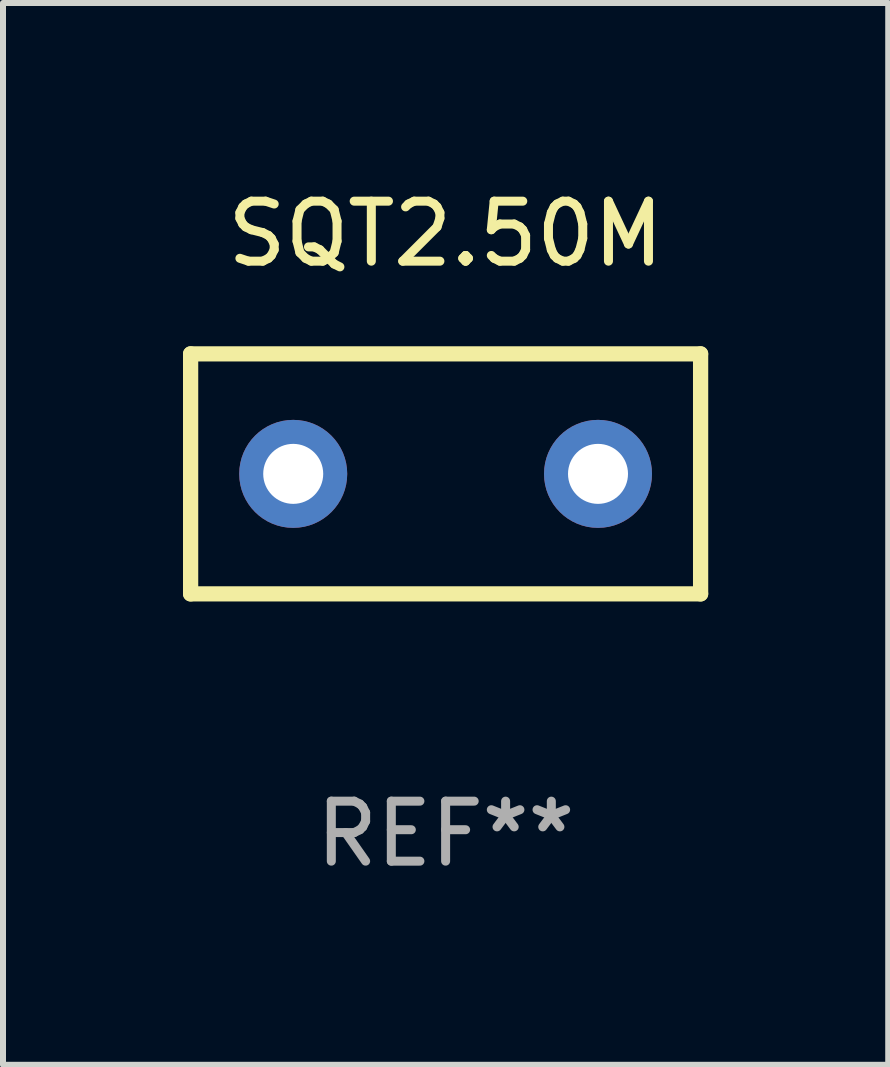
<source format=kicad_pcb>
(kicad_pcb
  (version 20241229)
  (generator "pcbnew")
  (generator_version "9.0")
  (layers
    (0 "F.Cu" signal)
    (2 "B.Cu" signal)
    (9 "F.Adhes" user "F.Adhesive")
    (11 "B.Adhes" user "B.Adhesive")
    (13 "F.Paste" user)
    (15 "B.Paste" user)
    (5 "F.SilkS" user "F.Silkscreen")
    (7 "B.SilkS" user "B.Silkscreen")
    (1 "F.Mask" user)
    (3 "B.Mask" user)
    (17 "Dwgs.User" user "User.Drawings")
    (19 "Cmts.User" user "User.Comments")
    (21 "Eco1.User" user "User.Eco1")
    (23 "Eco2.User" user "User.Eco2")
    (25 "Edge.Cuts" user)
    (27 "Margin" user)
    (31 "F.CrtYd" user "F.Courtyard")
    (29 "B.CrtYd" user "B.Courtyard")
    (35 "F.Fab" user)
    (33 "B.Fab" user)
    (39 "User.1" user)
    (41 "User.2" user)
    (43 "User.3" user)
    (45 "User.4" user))
  (footprint "SQT2.50M"
    (layer "F.Cu")
    (at 4.377 4.848)
    (property "Reference" "SQT2.50M" (at 0 -4 0) (layer "F.SilkS") (effects (font (size 1 1) (thickness 0.15))))
    (attr through_hole)
    (fp_line (start -4.25 2) (end -4.25 -2) (stroke (width 0.254) (type solid)) (layer "F.SilkS"))
    (fp_line (start -4.25 -2) (end 4.25 -2) (stroke (width 0.254) (type solid)) (layer "F.SilkS"))
    (fp_line (start 4.25 2) (end -4.25 2) (stroke (width 0.254) (type solid)) (layer "F.SilkS"))
    (fp_line (start 4.25 -2) (end 4.25 2) (stroke (width 0.254) (type solid)) (layer "F.SilkS"))
    (fp_circle (center -4.25 2) (end -4.22 2) (stroke (width 0.06) (type solid)) (fill no) (layer "F.SilkS"))
    (fp_text user "REF**" (at 0 6 0) (layer "F.Fab") (effects (font (size 1 1) (thickness 0.15))))
    (pad "1" thru_hole circle (at -2.54 0) (size 1.8 1.8) (drill 1) (layers "*.Cu" "*.Mask"))
    (pad "2" thru_hole circle (at 2.54 0) (size 1.8 1.8) (drill 1) (layers "*.Cu" "*.Mask")))
  (gr_rect
    (start -3 -3)
    (end 11.754 14.697)
    (stroke (width 0.1) (type default))
    (fill no)
    (layer "Edge.Cuts")))
</source>
